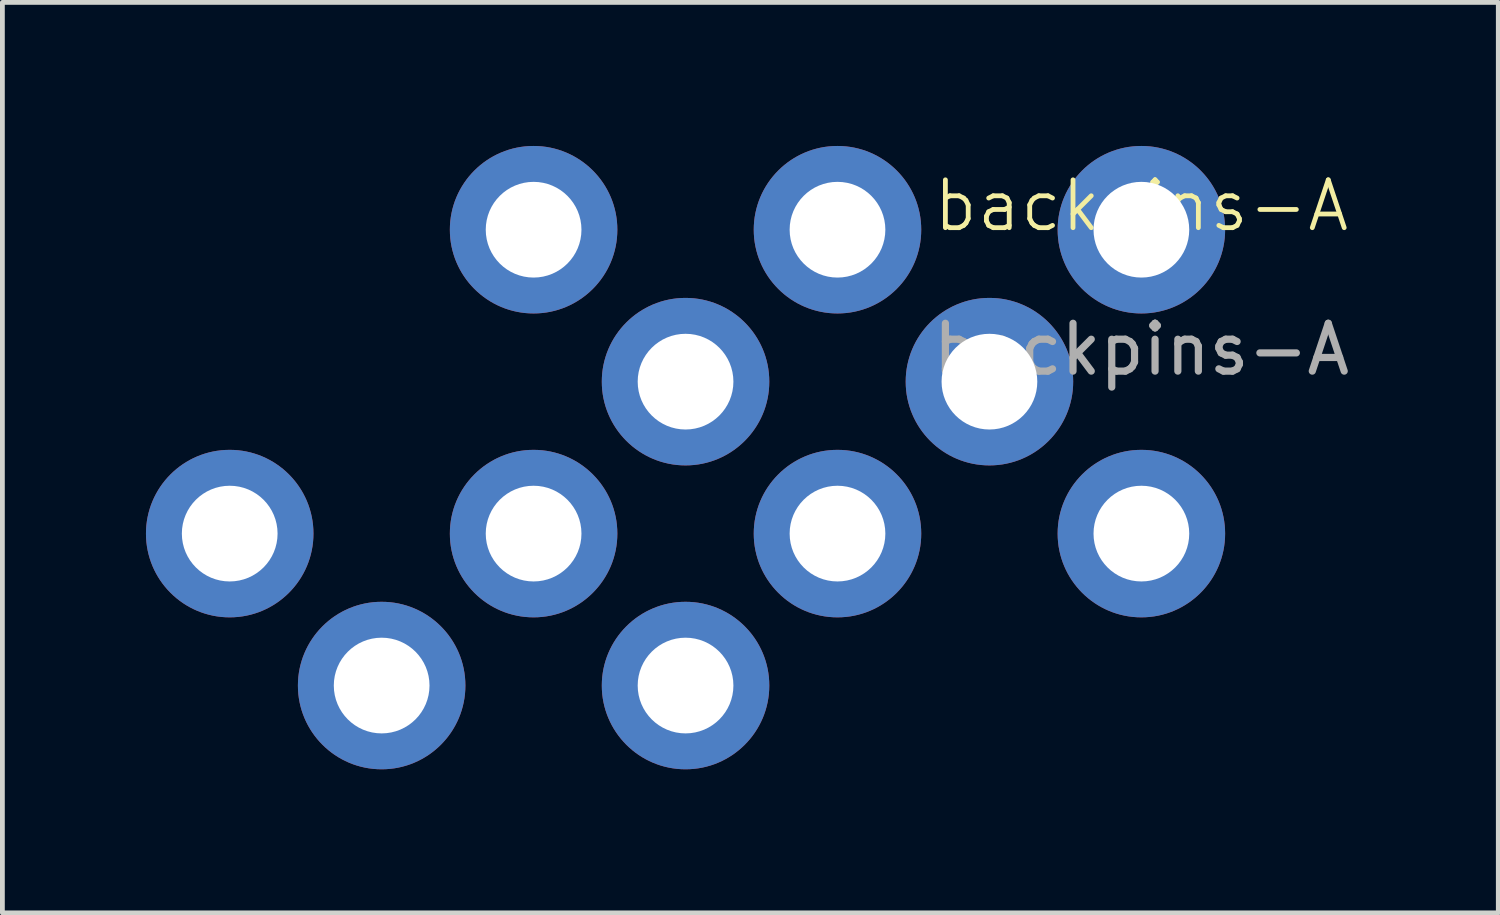
<source format=kicad_pcb>
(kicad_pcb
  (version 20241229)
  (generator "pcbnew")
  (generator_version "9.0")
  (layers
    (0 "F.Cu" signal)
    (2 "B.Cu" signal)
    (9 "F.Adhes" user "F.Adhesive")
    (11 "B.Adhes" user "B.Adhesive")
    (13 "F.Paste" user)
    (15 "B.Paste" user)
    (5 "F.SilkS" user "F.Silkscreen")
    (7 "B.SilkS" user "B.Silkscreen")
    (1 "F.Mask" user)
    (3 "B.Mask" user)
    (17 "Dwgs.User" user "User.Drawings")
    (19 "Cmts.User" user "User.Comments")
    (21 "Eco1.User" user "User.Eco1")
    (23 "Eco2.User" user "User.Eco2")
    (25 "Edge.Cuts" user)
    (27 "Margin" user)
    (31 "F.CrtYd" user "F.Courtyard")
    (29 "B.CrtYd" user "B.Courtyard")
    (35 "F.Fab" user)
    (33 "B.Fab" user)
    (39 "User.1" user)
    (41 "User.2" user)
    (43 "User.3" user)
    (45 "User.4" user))
  (footprint "backpins-A"
    (layer "F.Cu")
    (at 20.8 1.75)
    (property "Reference" "backpins-A" (at 0 -0.5 0) (unlocked yes) (layer "F.SilkS") (effects (font (size 1 1) (thickness 0.1))))
    (attr through_hole)
    (fp_text user "${REFERENCE}" (at 0 2.5 0) (unlocked yes) (layer "F.Fab") (effects (font (size 1 1) (thickness 0.15))))
    (pad "A1" thru_hole circle (at 0 0) (size 3.5 3.5) (drill 2) (layers "*.Cu" "*.Mask"))
    (pad "A2" thru_hole circle (at 0 6.35) (size 3.5 3.5) (drill 2) (layers "*.Cu" "*.Mask"))
    (pad "B1" thru_hole circle (at -3.175 3.175) (size 3.5 3.5) (drill 2) (layers "*.Cu" "*.Mask"))
    (pad "C1" thru_hole circle (at -6.35 0) (size 3.5 3.5) (drill 2) (layers "*.Cu" "*.Mask"))
    (pad "C2" thru_hole circle (at -6.35 6.35) (size 3.5 3.5) (drill 2) (layers "*.Cu" "*.Mask"))
    (pad "D1" thru_hole circle (at -9.525 3.175) (size 3.5 3.5) (drill 2) (layers "*.Cu" "*.Mask"))
    (pad "D2" thru_hole circle (at -9.525 9.525) (size 3.5 3.5) (drill 2) (layers "*.Cu" "*.Mask"))
    (pad "E1" thru_hole circle (at -12.7 0) (size 3.5 3.5) (drill 2) (layers "*.Cu" "*.Mask"))
    (pad "E2" thru_hole circle (at -12.7 6.35) (size 3.5 3.5) (drill 2) (layers "*.Cu" "*.Mask"))
    (pad "F2" thru_hole circle (at -15.875 9.525) (size 3.5 3.5) (drill 2) (layers "*.Cu" "*.Mask"))
    (pad "H2" thru_hole circle (at -19.05 6.35) (size 3.5 3.5) (drill 2) (layers "*.Cu" "*.Mask")))
  (gr_rect
    (start -3 -3)
    (end 28.258 16.025)
    (stroke (width 0.1) (type default))
    (fill no)
    (layer "Edge.Cuts")))
</source>
